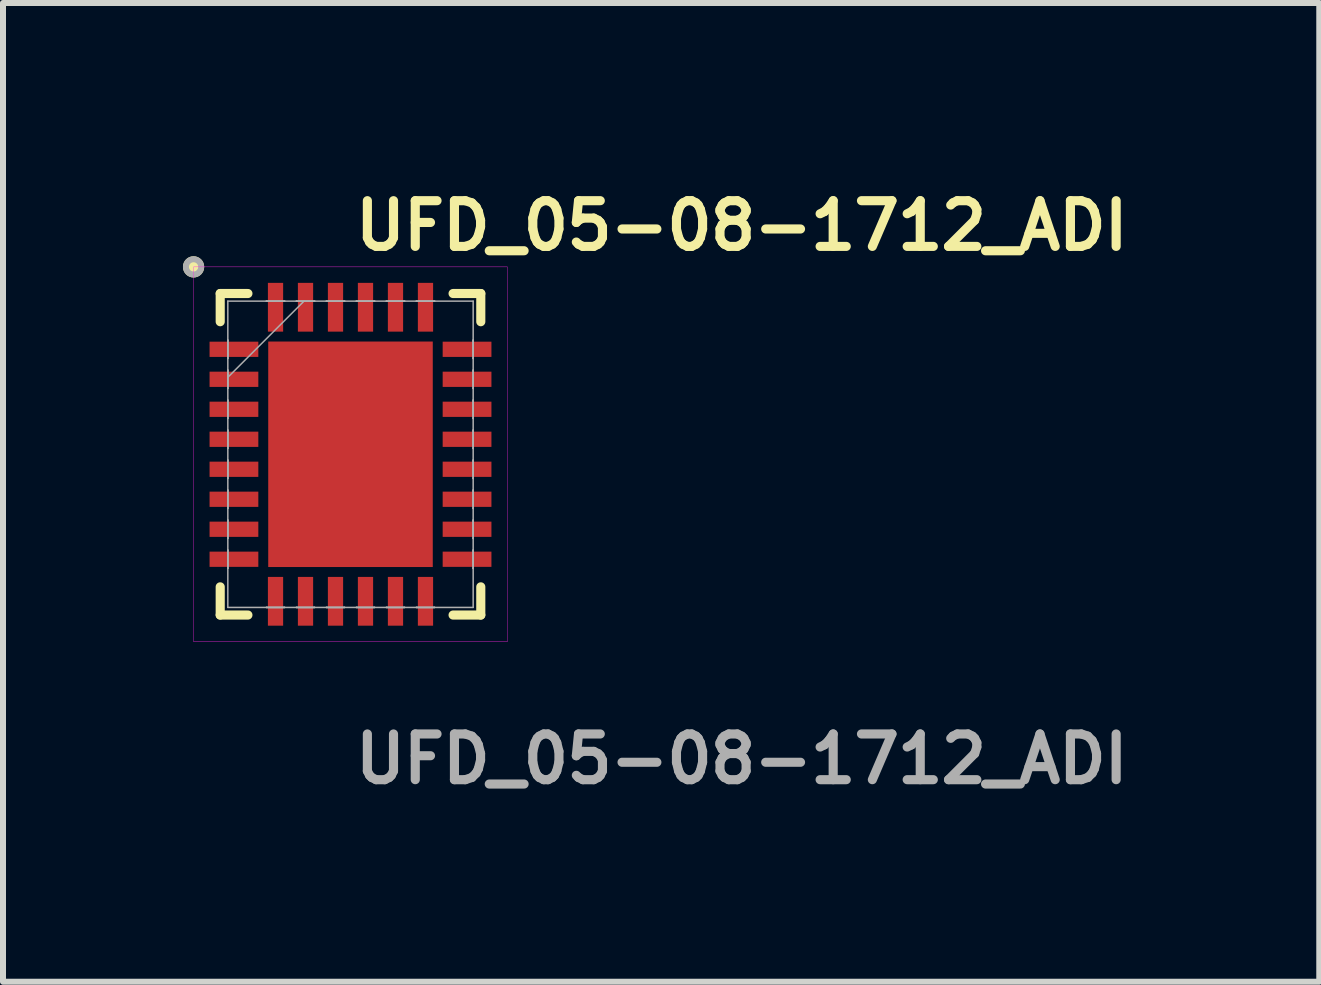
<source format=kicad_pcb>
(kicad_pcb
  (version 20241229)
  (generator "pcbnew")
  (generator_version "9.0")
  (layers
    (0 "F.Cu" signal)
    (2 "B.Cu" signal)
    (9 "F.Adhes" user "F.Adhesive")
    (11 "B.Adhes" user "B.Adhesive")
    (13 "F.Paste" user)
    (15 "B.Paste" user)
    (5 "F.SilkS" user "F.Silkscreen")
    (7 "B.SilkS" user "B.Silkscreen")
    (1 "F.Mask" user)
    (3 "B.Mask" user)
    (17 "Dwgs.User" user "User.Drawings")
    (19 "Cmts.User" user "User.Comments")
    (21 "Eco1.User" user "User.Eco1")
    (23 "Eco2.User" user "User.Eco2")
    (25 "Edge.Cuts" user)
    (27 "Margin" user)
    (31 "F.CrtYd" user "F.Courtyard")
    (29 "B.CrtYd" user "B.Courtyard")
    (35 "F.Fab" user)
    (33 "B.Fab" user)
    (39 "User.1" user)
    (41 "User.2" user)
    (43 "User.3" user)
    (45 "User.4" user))
  (footprint "UFD_05-08-1712_ADI"
    (layer "F.Cu")
    (at 2.793 4.523)
    (property "Reference" "UFD_05-08-1712_ADI" (at 0 -3.81 0) (unlocked yes) (layer "F.SilkS") (effects (font (size 0.762 0.762) (thickness 0.152) (bold yes)) (justify left)))
    (attr smd)
    (fp_line (start -2.172 -2.68) (end -2.172 -2.21) (stroke (width 0.152) (type solid)) (layer "F.SilkS"))
    (fp_line (start -2.172 2.21) (end -2.172 2.68) (stroke (width 0.152) (type solid)) (layer "F.SilkS"))
    (fp_line (start -2.172 2.68) (end -1.71 2.68) (stroke (width 0.152) (type solid)) (layer "F.SilkS"))
    (fp_line (start -1.71 -2.68) (end -2.172 -2.68) (stroke (width 0.152) (type solid)) (layer "F.SilkS"))
    (fp_line (start 1.71 2.68) (end 2.172 2.68) (stroke (width 0.152) (type solid)) (layer "F.SilkS"))
    (fp_line (start 2.172 -2.68) (end 1.71 -2.68) (stroke (width 0.152) (type solid)) (layer "F.SilkS"))
    (fp_line (start 2.172 -2.21) (end 2.172 -2.68) (stroke (width 0.152) (type solid)) (layer "F.SilkS"))
    (fp_line (start 2.172 2.68) (end 2.172 2.21) (stroke (width 0.152) (type solid)) (layer "F.SilkS"))
    (fp_circle (center -2.616 -3.124) (end -2.489 -3.124) (stroke (width 0.1) (type solid)) (fill yes) (layer "F.SilkS"))
    (fp_rect (start -2.616 -3.124) (end 2.616 3.124) (stroke (width 0.006) (type solid)) (fill no) (layer "F.CrtYd"))
    (fp_line (start -2.045 -2.553) (end -2.045 2.553) (stroke (width 0.025) (type solid)) (layer "F.Fab"))
    (fp_line (start -2.045 -1.902) (end -2.045 -1.902) (stroke (width 0.025) (type solid)) (layer "F.Fab"))
    (fp_line (start -2.045 -1.902) (end -2.045 -1.598) (stroke (width 0.025) (type solid)) (layer "F.Fab"))
    (fp_line (start -2.045 -1.598) (end -2.045 -1.902) (stroke (width 0.025) (type solid)) (layer "F.Fab"))
    (fp_line (start -2.045 -1.598) (end -2.045 -1.598) (stroke (width 0.025) (type solid)) (layer "F.Fab"))
    (fp_line (start -2.045 -1.402) (end -2.045 -1.402) (stroke (width 0.025) (type solid)) (layer "F.Fab"))
    (fp_line (start -2.045 -1.402) (end -2.045 -1.098) (stroke (width 0.025) (type solid)) (layer "F.Fab"))
    (fp_line (start -2.045 -1.283) (end -0.775 -2.553) (stroke (width 0.025) (type solid)) (layer "F.Fab"))
    (fp_line (start -2.045 -1.098) (end -2.045 -1.402) (stroke (width 0.025) (type solid)) (layer "F.Fab"))
    (fp_line (start -2.045 -1.098) (end -2.045 -1.098) (stroke (width 0.025) (type solid)) (layer "F.Fab"))
    (fp_line (start -2.045 -0.902) (end -2.045 -0.902) (stroke (width 0.025) (type solid)) (layer "F.Fab"))
    (fp_line (start -2.045 -0.902) (end -2.045 -0.598) (stroke (width 0.025) (type solid)) (layer "F.Fab"))
    (fp_line (start -2.045 -0.598) (end -2.045 -0.902) (stroke (width 0.025) (type solid)) (layer "F.Fab"))
    (fp_line (start -2.045 -0.598) (end -2.045 -0.598) (stroke (width 0.025) (type solid)) (layer "F.Fab"))
    (fp_line (start -2.045 -0.402) (end -2.045 -0.402) (stroke (width 0.025) (type solid)) (layer "F.Fab"))
    (fp_line (start -2.045 -0.402) (end -2.045 -0.098) (stroke (width 0.025) (type solid)) (layer "F.Fab"))
    (fp_line (start -2.045 -0.098) (end -2.045 -0.402) (stroke (width 0.025) (type solid)) (layer "F.Fab"))
    (fp_line (start -2.045 -0.098) (end -2.045 -0.098) (stroke (width 0.025) (type solid)) (layer "F.Fab"))
    (fp_line (start -2.045 0.098) (end -2.045 0.098) (stroke (width 0.025) (type solid)) (layer "F.Fab"))
    (fp_line (start -2.045 0.098) (end -2.045 0.402) (stroke (width 0.025) (type solid)) (layer "F.Fab"))
    (fp_line (start -2.045 0.402) (end -2.045 0.098) (stroke (width 0.025) (type solid)) (layer "F.Fab"))
    (fp_line (start -2.045 0.402) (end -2.045 0.402) (stroke (width 0.025) (type solid)) (layer "F.Fab"))
    (fp_line (start -2.045 0.598) (end -2.045 0.598) (stroke (width 0.025) (type solid)) (layer "F.Fab"))
    (fp_line (start -2.045 0.598) (end -2.045 0.902) (stroke (width 0.025) (type solid)) (layer "F.Fab"))
    (fp_line (start -2.045 0.902) (end -2.045 0.598) (stroke (width 0.025) (type solid)) (layer "F.Fab"))
    (fp_line (start -2.045 0.902) (end -2.045 0.902) (stroke (width 0.025) (type solid)) (layer "F.Fab"))
    (fp_line (start -2.045 1.098) (end -2.045 1.098) (stroke (width 0.025) (type solid)) (layer "F.Fab"))
    (fp_line (start -2.045 1.098) (end -2.045 1.402) (stroke (width 0.025) (type solid)) (layer "F.Fab"))
    (fp_line (start -2.045 1.402) (end -2.045 1.098) (stroke (width 0.025) (type solid)) (layer "F.Fab"))
    (fp_line (start -2.045 1.402) (end -2.045 1.402) (stroke (width 0.025) (type solid)) (layer "F.Fab"))
    (fp_line (start -2.045 1.598) (end -2.045 1.598) (stroke (width 0.025) (type solid)) (layer "F.Fab"))
    (fp_line (start -2.045 1.598) (end -2.045 1.902) (stroke (width 0.025) (type solid)) (layer "F.Fab"))
    (fp_line (start -2.045 1.902) (end -2.045 1.598) (stroke (width 0.025) (type solid)) (layer "F.Fab"))
    (fp_line (start -2.045 1.902) (end -2.045 1.902) (stroke (width 0.025) (type solid)) (layer "F.Fab"))
    (fp_line (start -2.045 2.553) (end 2.045 2.553) (stroke (width 0.025) (type solid)) (layer "F.Fab"))
    (fp_line (start -1.402 -2.553) (end -1.402 -2.553) (stroke (width 0.025) (type solid)) (layer "F.Fab"))
    (fp_line (start -1.402 -2.553) (end -1.098 -2.553) (stroke (width 0.025) (type solid)) (layer "F.Fab"))
    (fp_line (start -1.402 2.553) (end -1.402 2.553) (stroke (width 0.025) (type solid)) (layer "F.Fab"))
    (fp_line (start -1.402 2.553) (end -1.098 2.553) (stroke (width 0.025) (type solid)) (layer "F.Fab"))
    (fp_line (start -1.098 -2.553) (end -1.402 -2.553) (stroke (width 0.025) (type solid)) (layer "F.Fab"))
    (fp_line (start -1.098 -2.553) (end -1.098 -2.553) (stroke (width 0.025) (type solid)) (layer "F.Fab"))
    (fp_line (start -1.098 2.553) (end -1.402 2.553) (stroke (width 0.025) (type solid)) (layer "F.Fab"))
    (fp_line (start -1.098 2.553) (end -1.098 2.553) (stroke (width 0.025) (type solid)) (layer "F.Fab"))
    (fp_line (start -0.902 -2.553) (end -0.902 -2.553) (stroke (width 0.025) (type solid)) (layer "F.Fab"))
    (fp_line (start -0.902 -2.553) (end -0.598 -2.553) (stroke (width 0.025) (type solid)) (layer "F.Fab"))
    (fp_line (start -0.902 2.553) (end -0.902 2.553) (stroke (width 0.025) (type solid)) (layer "F.Fab"))
    (fp_line (start -0.902 2.553) (end -0.598 2.553) (stroke (width 0.025) (type solid)) (layer "F.Fab"))
    (fp_line (start -0.598 -2.553) (end -0.902 -2.553) (stroke (width 0.025) (type solid)) (layer "F.Fab"))
    (fp_line (start -0.598 -2.553) (end -0.598 -2.553) (stroke (width 0.025) (type solid)) (layer "F.Fab"))
    (fp_line (start -0.598 2.553) (end -0.902 2.553) (stroke (width 0.025) (type solid)) (layer "F.Fab"))
    (fp_line (start -0.598 2.553) (end -0.598 2.553) (stroke (width 0.025) (type solid)) (layer "F.Fab"))
    (fp_line (start -0.402 -2.553) (end -0.402 -2.553) (stroke (width 0.025) (type solid)) (layer "F.Fab"))
    (fp_line (start -0.402 -2.553) (end -0.098 -2.553) (stroke (width 0.025) (type solid)) (layer "F.Fab"))
    (fp_line (start -0.402 2.553) (end -0.402 2.553) (stroke (width 0.025) (type solid)) (layer "F.Fab"))
    (fp_line (start -0.402 2.553) (end -0.098 2.553) (stroke (width 0.025) (type solid)) (layer "F.Fab"))
    (fp_line (start -0.098 -2.553) (end -0.402 -2.553) (stroke (width 0.025) (type solid)) (layer "F.Fab"))
    (fp_line (start -0.098 -2.553) (end -0.098 -2.553) (stroke (width 0.025) (type solid)) (layer "F.Fab"))
    (fp_line (start -0.098 2.553) (end -0.402 2.553) (stroke (width 0.025) (type solid)) (layer "F.Fab"))
    (fp_line (start -0.098 2.553) (end -0.098 2.553) (stroke (width 0.025) (type solid)) (layer "F.Fab"))
    (fp_line (start 0.098 -2.553) (end 0.098 -2.553) (stroke (width 0.025) (type solid)) (layer "F.Fab"))
    (fp_line (start 0.098 -2.553) (end 0.402 -2.553) (stroke (width 0.025) (type solid)) (layer "F.Fab"))
    (fp_line (start 0.098 2.553) (end 0.098 2.553) (stroke (width 0.025) (type solid)) (layer "F.Fab"))
    (fp_line (start 0.098 2.553) (end 0.402 2.553) (stroke (width 0.025) (type solid)) (layer "F.Fab"))
    (fp_line (start 0.402 -2.553) (end 0.098 -2.553) (stroke (width 0.025) (type solid)) (layer "F.Fab"))
    (fp_line (start 0.402 -2.553) (end 0.402 -2.553) (stroke (width 0.025) (type solid)) (layer "F.Fab"))
    (fp_line (start 0.402 2.553) (end 0.098 2.553) (stroke (width 0.025) (type solid)) (layer "F.Fab"))
    (fp_line (start 0.402 2.553) (end 0.402 2.553) (stroke (width 0.025) (type solid)) (layer "F.Fab"))
    (fp_line (start 0.598 -2.553) (end 0.598 -2.553) (stroke (width 0.025) (type solid)) (layer "F.Fab"))
    (fp_line (start 0.598 -2.553) (end 0.902 -2.553) (stroke (width 0.025) (type solid)) (layer "F.Fab"))
    (fp_line (start 0.598 2.553) (end 0.598 2.553) (stroke (width 0.025) (type solid)) (layer "F.Fab"))
    (fp_line (start 0.598 2.553) (end 0.902 2.553) (stroke (width 0.025) (type solid)) (layer "F.Fab"))
    (fp_line (start 0.902 -2.553) (end 0.598 -2.553) (stroke (width 0.025) (type solid)) (layer "F.Fab"))
    (fp_line (start 0.902 -2.553) (end 0.902 -2.553) (stroke (width 0.025) (type solid)) (layer "F.Fab"))
    (fp_line (start 0.902 2.553) (end 0.598 2.553) (stroke (width 0.025) (type solid)) (layer "F.Fab"))
    (fp_line (start 0.902 2.553) (end 0.902 2.553) (stroke (width 0.025) (type solid)) (layer "F.Fab"))
    (fp_line (start 1.098 -2.553) (end 1.098 -2.553) (stroke (width 0.025) (type solid)) (layer "F.Fab"))
    (fp_line (start 1.098 -2.553) (end 1.402 -2.553) (stroke (width 0.025) (type solid)) (layer "F.Fab"))
    (fp_line (start 1.098 2.553) (end 1.098 2.553) (stroke (width 0.025) (type solid)) (layer "F.Fab"))
    (fp_line (start 1.098 2.553) (end 1.402 2.553) (stroke (width 0.025) (type solid)) (layer "F.Fab"))
    (fp_line (start 1.402 -2.553) (end 1.098 -2.553) (stroke (width 0.025) (type solid)) (layer "F.Fab"))
    (fp_line (start 1.402 -2.553) (end 1.402 -2.553) (stroke (width 0.025) (type solid)) (layer "F.Fab"))
    (fp_line (start 1.402 2.553) (end 1.098 2.553) (stroke (width 0.025) (type solid)) (layer "F.Fab"))
    (fp_line (start 1.402 2.553) (end 1.402 2.553) (stroke (width 0.025) (type solid)) (layer "F.Fab"))
    (fp_line (start 2.045 -2.553) (end -2.045 -2.553) (stroke (width 0.025) (type solid)) (layer "F.Fab"))
    (fp_line (start 2.045 -1.902) (end 2.045 -1.902) (stroke (width 0.025) (type solid)) (layer "F.Fab"))
    (fp_line (start 2.045 -1.902) (end 2.045 -1.598) (stroke (width 0.025) (type solid)) (layer "F.Fab"))
    (fp_line (start 2.045 -1.598) (end 2.045 -1.902) (stroke (width 0.025) (type solid)) (layer "F.Fab"))
    (fp_line (start 2.045 -1.598) (end 2.045 -1.598) (stroke (width 0.025) (type solid)) (layer "F.Fab"))
    (fp_line (start 2.045 -1.402) (end 2.045 -1.402) (stroke (width 0.025) (type solid)) (layer "F.Fab"))
    (fp_line (start 2.045 -1.402) (end 2.045 -1.098) (stroke (width 0.025) (type solid)) (layer "F.Fab"))
    (fp_line (start 2.045 -1.098) (end 2.045 -1.402) (stroke (width 0.025) (type solid)) (layer "F.Fab"))
    (fp_line (start 2.045 -1.098) (end 2.045 -1.098) (stroke (width 0.025) (type solid)) (layer "F.Fab"))
    (fp_line (start 2.045 -0.902) (end 2.045 -0.902) (stroke (width 0.025) (type solid)) (layer "F.Fab"))
    (fp_line (start 2.045 -0.902) (end 2.045 -0.598) (stroke (width 0.025) (type solid)) (layer "F.Fab"))
    (fp_line (start 2.045 -0.598) (end 2.045 -0.902) (stroke (width 0.025) (type solid)) (layer "F.Fab"))
    (fp_line (start 2.045 -0.598) (end 2.045 -0.598) (stroke (width 0.025) (type solid)) (layer "F.Fab"))
    (fp_line (start 2.045 -0.402) (end 2.045 -0.402) (stroke (width 0.025) (type solid)) (layer "F.Fab"))
    (fp_line (start 2.045 -0.402) (end 2.045 -0.098) (stroke (width 0.025) (type solid)) (layer "F.Fab"))
    (fp_line (start 2.045 -0.098) (end 2.045 -0.402) (stroke (width 0.025) (type solid)) (layer "F.Fab"))
    (fp_line (start 2.045 -0.098) (end 2.045 -0.098) (stroke (width 0.025) (type solid)) (layer "F.Fab"))
    (fp_line (start 2.045 0.098) (end 2.045 0.098) (stroke (width 0.025) (type solid)) (layer "F.Fab"))
    (fp_line (start 2.045 0.098) (end 2.045 0.402) (stroke (width 0.025) (type solid)) (layer "F.Fab"))
    (fp_line (start 2.045 0.402) (end 2.045 0.098) (stroke (width 0.025) (type solid)) (layer "F.Fab"))
    (fp_line (start 2.045 0.402) (end 2.045 0.402) (stroke (width 0.025) (type solid)) (layer "F.Fab"))
    (fp_line (start 2.045 0.598) (end 2.045 0.598) (stroke (width 0.025) (type solid)) (layer "F.Fab"))
    (fp_line (start 2.045 0.598) (end 2.045 0.902) (stroke (width 0.025) (type solid)) (layer "F.Fab"))
    (fp_line (start 2.045 0.902) (end 2.045 0.598) (stroke (width 0.025) (type solid)) (layer "F.Fab"))
    (fp_line (start 2.045 0.902) (end 2.045 0.902) (stroke (width 0.025) (type solid)) (layer "F.Fab"))
    (fp_line (start 2.045 1.098) (end 2.045 1.098) (stroke (width 0.025) (type solid)) (layer "F.Fab"))
    (fp_line (start 2.045 1.098) (end 2.045 1.402) (stroke (width 0.025) (type solid)) (layer "F.Fab"))
    (fp_line (start 2.045 1.402) (end 2.045 1.098) (stroke (width 0.025) (type solid)) (layer "F.Fab"))
    (fp_line (start 2.045 1.402) (end 2.045 1.402) (stroke (width 0.025) (type solid)) (layer "F.Fab"))
    (fp_line (start 2.045 1.598) (end 2.045 1.598) (stroke (width 0.025) (type solid)) (layer "F.Fab"))
    (fp_line (start 2.045 1.598) (end 2.045 1.902) (stroke (width 0.025) (type solid)) (layer "F.Fab"))
    (fp_line (start 2.045 1.902) (end 2.045 1.598) (stroke (width 0.025) (type solid)) (layer "F.Fab"))
    (fp_line (start 2.045 1.902) (end 2.045 1.902) (stroke (width 0.025) (type solid)) (layer "F.Fab"))
    (fp_line (start 2.045 2.553) (end 2.045 -2.553) (stroke (width 0.025) (type solid)) (layer "F.Fab"))
    (fp_circle (center -2.616 -3.124) (end -2.489 -3.124) (stroke (width 0.1) (type solid)) (fill no) (layer "F.Fab"))
    (fp_text user "${REFERENCE}" (at 0 5.08 0) (unlocked yes) (layer "F.Fab") (effects (font (size 0.762 0.762) (thickness 0.152) (bold yes)) (justify left)))
    (pad "1" smd rect (at -1.943 -1.75 90) (size 0.254 0.813) (layers "F.Cu" "F.Mask" "F.Paste"))
    (pad "2" smd rect (at -1.943 -1.25 90) (size 0.254 0.813) (layers "F.Cu" "F.Mask" "F.Paste"))
    (pad "3" smd rect (at -1.943 -0.75 90) (size 0.254 0.813) (layers "F.Cu" "F.Mask" "F.Paste"))
    (pad "4" smd rect (at -1.943 -0.25 90) (size 0.254 0.813) (layers "F.Cu" "F.Mask" "F.Paste"))
    (pad "5" smd rect (at -1.943 0.25 90) (size 0.254 0.813) (layers "F.Cu" "F.Mask" "F.Paste"))
    (pad "6" smd rect (at -1.943 0.75 90) (size 0.254 0.813) (layers "F.Cu" "F.Mask" "F.Paste"))
    (pad "7" smd rect (at -1.943 1.25 90) (size 0.254 0.813) (layers "F.Cu" "F.Mask" "F.Paste"))
    (pad "8" smd rect (at -1.943 1.75 90) (size 0.254 0.813) (layers "F.Cu" "F.Mask" "F.Paste"))
    (pad "9" smd rect (at -1.25 2.451) (size 0.254 0.813) (layers "F.Cu" "F.Mask" "F.Paste"))
    (pad "10" smd rect (at -0.75 2.451) (size 0.254 0.813) (layers "F.Cu" "F.Mask" "F.Paste"))
    (pad "11" smd rect (at -0.25 2.451) (size 0.254 0.813) (layers "F.Cu" "F.Mask" "F.Paste"))
    (pad "12" smd rect (at 0.25 2.451) (size 0.254 0.813) (layers "F.Cu" "F.Mask" "F.Paste"))
    (pad "13" smd rect (at 0.75 2.451) (size 0.254 0.813) (layers "F.Cu" "F.Mask" "F.Paste"))
    (pad "14" smd rect (at 1.25 2.451) (size 0.254 0.813) (layers "F.Cu" "F.Mask" "F.Paste"))
    (pad "15" smd rect (at 1.943 1.75 90) (size 0.254 0.813) (layers "F.Cu" "F.Mask" "F.Paste"))
    (pad "16" smd rect (at 1.943 1.25 90) (size 0.254 0.813) (layers "F.Cu" "F.Mask" "F.Paste"))
    (pad "17" smd rect (at 1.943 0.75 90) (size 0.254 0.813) (layers "F.Cu" "F.Mask" "F.Paste"))
    (pad "18" smd rect (at 1.943 0.25 90) (size 0.254 0.813) (layers "F.Cu" "F.Mask" "F.Paste"))
    (pad "19" smd rect (at 1.943 -0.25 90) (size 0.254 0.813) (layers "F.Cu" "F.Mask" "F.Paste"))
    (pad "20" smd rect (at 1.943 -0.75 90) (size 0.254 0.813) (layers "F.Cu" "F.Mask" "F.Paste"))
    (pad "21" smd rect (at 1.943 -1.25 90) (size 0.254 0.813) (layers "F.Cu" "F.Mask" "F.Paste"))
    (pad "22" smd rect (at 1.943 -1.75 90) (size 0.254 0.813) (layers "F.Cu" "F.Mask" "F.Paste"))
    (pad "23" smd rect (at 1.25 -2.451) (size 0.254 0.813) (layers "F.Cu" "F.Mask" "F.Paste"))
    (pad "24" smd rect (at 0.75 -2.451) (size 0.254 0.813) (layers "F.Cu" "F.Mask" "F.Paste"))
    (pad "25" smd rect (at 0.25 -2.451) (size 0.254 0.813) (layers "F.Cu" "F.Mask" "F.Paste"))
    (pad "26" smd rect (at -0.25 -2.451) (size 0.254 0.813) (layers "F.Cu" "F.Mask" "F.Paste"))
    (pad "27" smd rect (at -0.75 -2.451) (size 0.254 0.813) (layers "F.Cu" "F.Mask" "F.Paste"))
    (pad "28" smd rect (at -1.25 -2.451) (size 0.254 0.813) (layers "F.Cu" "F.Mask" "F.Paste"))
    (pad "29" smd rect (at 0 0) (size 2.743 3.759) (layers "F.Cu" "F.Mask" "F.Paste")))
  (gr_rect
    (start -3 -3)
    (end 18.943 13.316)
    (stroke (width 0.1) (type default))
    (fill no)
    (layer "Edge.Cuts")))
</source>
